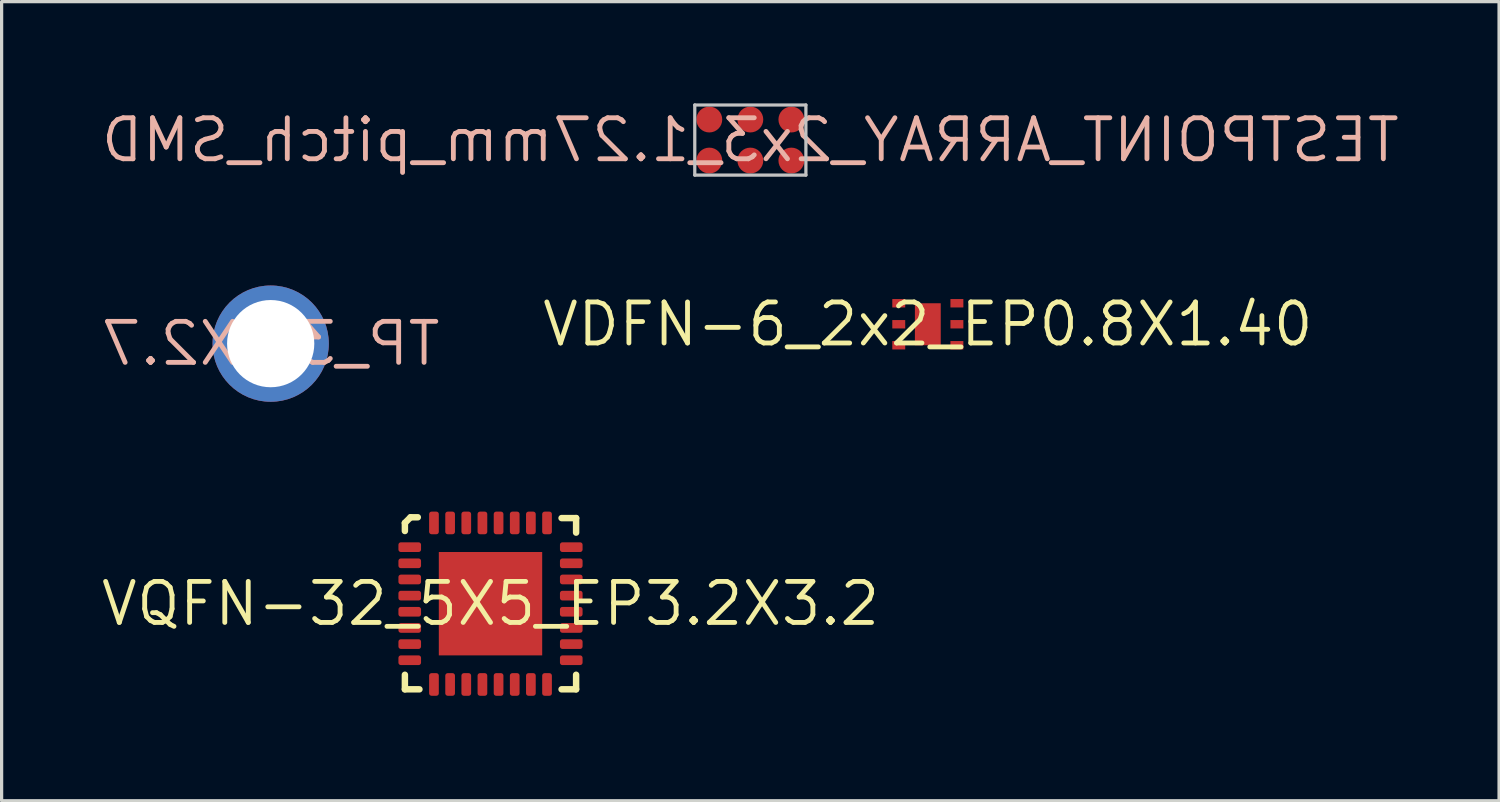
<source format=kicad_pcb>
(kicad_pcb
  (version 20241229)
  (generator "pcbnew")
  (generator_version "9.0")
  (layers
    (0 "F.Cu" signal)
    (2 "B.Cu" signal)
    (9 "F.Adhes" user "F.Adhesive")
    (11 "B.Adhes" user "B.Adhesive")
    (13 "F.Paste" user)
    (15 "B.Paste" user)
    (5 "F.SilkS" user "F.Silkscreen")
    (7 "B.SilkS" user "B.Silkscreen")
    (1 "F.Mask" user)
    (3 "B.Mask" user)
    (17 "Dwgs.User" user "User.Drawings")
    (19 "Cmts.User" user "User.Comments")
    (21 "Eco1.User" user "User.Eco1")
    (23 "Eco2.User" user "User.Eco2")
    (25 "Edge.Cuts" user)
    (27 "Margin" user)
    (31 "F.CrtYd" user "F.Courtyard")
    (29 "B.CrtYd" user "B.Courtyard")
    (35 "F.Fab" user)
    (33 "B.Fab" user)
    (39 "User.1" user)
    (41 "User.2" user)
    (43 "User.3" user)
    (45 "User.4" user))
  (footprint "TESTPOINT_ARRAY_2x3_1.27mm_pitch_SMD"
    (layer "F.Cu")
    (at 20.176 1.285)
    (property "Reference" "TESTPOINT_ARRAY_2x3_1.27mm_pitch_SMD" (at 0 0 0) (layer "B.SilkS") (effects (font (size 1.27 1.27) (thickness 0.15)) (justify mirror)))
    (fp_line (start -1.72 1.085) (end -1.72 -1.085) (stroke (width 0.1) (type solid)) (layer "Dwgs.User"))
    (fp_line (start 1.72 -1.085) (end -1.72 -1.085) (stroke (width 0.1) (type solid)) (layer "Dwgs.User"))
    (fp_line (start 1.72 1.085) (end -1.72 1.085) (stroke (width 0.1) (type solid)) (layer "Dwgs.User"))
    (fp_line (start 1.72 1.085) (end 1.72 -1.085) (stroke (width 0.1) (type solid)) (layer "Dwgs.User"))
    (fp_line (start -1.87 1.235) (end -1.87 -1.235) (stroke (width 0.1) (type solid)) (layer "Eco1.User"))
    (fp_line (start 0 0.5) (end 0 -0.5) (stroke (width 0.1) (type solid)) (layer "Eco1.User"))
    (fp_line (start 0.5 0) (end -0.5 0) (stroke (width 0.1) (type solid)) (layer "Eco1.User"))
    (fp_line (start 1.87 -1.235) (end -1.87 -1.235) (stroke (width 0.1) (type solid)) (layer "Eco1.User"))
    (fp_line (start 1.87 1.235) (end -1.87 1.235) (stroke (width 0.1) (type solid)) (layer "Eco1.User"))
    (fp_line (start 1.87 1.235) (end 1.87 -1.235) (stroke (width 0.1) (type solid)) (layer "Eco1.User"))
    (fp_text_box "" (start 0.864 -0.21) (end 0.864 -0.21) (margins 0.406 0.406 0.406 0.406) (angle 180) (layer "B.Cu") (effects (font (size 0.475 0.4) (thickness 0.075)) (justify left bottom)) (border yes) (stroke (width 0.1) (type default)))
    (fp_text_box "" (start -1.483 0.883) (end -1.483 0.883) (margins 0.95 0.95 0.95 0.95) (layer "B.Cu") (effects (font (size 1.2 1) (thickness 0.2)) (justify left bottom)) (border yes) (stroke (width 0.1) (type default)))
    (fp_text_box "" (start -1.937 1.302) (end -1.937 1.302) (margins 0.95 0.95 0.95 0.95) (layer "B.Cu") (effects (font (size 1.2 1) (thickness 0.2)) (justify left bottom)) (border yes) (stroke (width 0.1) (type default)))
    (pad "1" smd circle (at -1.27 0.635 180) (size 0.8 0.8) (layers "F.Cu" "F.Mask" "F.Paste"))
    (pad "2" smd circle (at -1.27 -0.635 180) (size 0.8 0.8) (layers "F.Cu" "F.Mask" "F.Paste"))
    (pad "3" smd circle (at 0 0.635 180) (size 0.8 0.8) (layers "F.Cu" "F.Mask" "F.Paste"))
    (pad "4" smd circle (at 0 -0.635 180) (size 0.8 0.8) (layers "F.Cu" "F.Mask" "F.Paste"))
    (pad "5" smd circle (at 1.27 0.635 180) (size 0.8 0.8) (layers "F.Cu" "F.Mask" "F.Paste"))
    (pad "6" smd circle (at 1.27 -0.635 180) (size 0.8 0.8) (layers "F.Cu" "F.Mask" "F.Paste")))
  (footprint "VQFN-32_5X5_EP3.2X3.2"
    (layer "F.Cu")
    (at 12.133 15.637)
    (property "Reference" "VQFN-32_5X5_EP3.2X3.2" (at 0 0 0) (layer "F.SilkS") (effects (font (size 1.27 1.27) (thickness 0.15))))
    (fp_line (start -2.65 -2.5) (end -2.65 -2.25) (stroke (width 0.2) (type solid)) (layer "F.SilkS"))
    (fp_line (start -2.65 2.2) (end -2.65 2.65) (stroke (width 0.2) (type solid)) (layer "F.SilkS"))
    (fp_line (start -2.475 -2.675) (end -2.65 -2.5) (stroke (width 0.2) (type solid)) (layer "F.SilkS"))
    (fp_line (start -2.25 -2.675) (end -2.475 -2.675) (stroke (width 0.2) (type solid)) (layer "F.SilkS"))
    (fp_line (start -2.2 2.65) (end -2.65 2.65) (stroke (width 0.2) (type solid)) (layer "F.SilkS"))
    (fp_line (start 2.65 -2.65) (end 2.2 -2.65) (stroke (width 0.2) (type solid)) (layer "F.SilkS"))
    (fp_line (start 2.65 -2.65) (end 2.65 -2.2) (stroke (width 0.2) (type solid)) (layer "F.SilkS"))
    (fp_line (start 2.65 2.2) (end 2.65 2.65) (stroke (width 0.2) (type solid)) (layer "F.SilkS"))
    (fp_line (start 2.65 2.65) (end 2.2 2.65) (stroke (width 0.2) (type solid)) (layer "F.SilkS"))
    (fp_poly (pts (xy -0.087 -0.087) (xy -0.087 -1.427) (xy -1.427 -1.427) (xy -1.427 -0.087)) (stroke (width 0) (type default)) (fill yes) (layer "F.Paste"))
    (fp_poly (pts (xy -0.087 1.427) (xy -0.087 0.087) (xy -1.427 0.087) (xy -1.427 1.427)) (stroke (width 0) (type default)) (fill yes) (layer "F.Paste"))
    (fp_poly (pts (xy 1.427 -0.087) (xy 1.427 -1.427) (xy 0.087 -1.427) (xy 0.087 -0.087)) (stroke (width 0) (type default)) (fill yes) (layer "F.Paste"))
    (fp_poly (pts (xy 1.427 1.427) (xy 1.427 0.087) (xy 0.087 0.087) (xy 0.087 1.427)) (stroke (width 0) (type default)) (fill yes) (layer "F.Paste"))
    (fp_line (start -3.05 -3.05) (end -3.05 3.05) (stroke (width 0.1) (type solid)) (layer "Eco1.User"))
    (fp_line (start 0.00017 -0.5) (end 0.00017 0.5) (stroke (width 0.1) (type solid)) (layer "Eco1.User"))
    (fp_line (start 0.5 0) (end -0.5 0) (stroke (width 0.1) (type solid)) (layer "Eco1.User"))
    (fp_line (start 3.05 -3.05) (end -3.05 -3.05) (stroke (width 0.1) (type solid)) (layer "Eco1.User"))
    (fp_line (start 3.05 -3.05) (end 3.05 3.05) (stroke (width 0.1) (type solid)) (layer "Eco1.User"))
    (fp_line (start 3.05 3.05) (end -3.05 3.05) (stroke (width 0.1) (type solid)) (layer "Eco1.User"))
    (fp_line (start -2.5 -2.5) (end -2.5 2.5) (stroke (width 0.1) (type solid)) (layer "Eco2.User"))
    (fp_line (start 2.5 -2.5) (end -2.5 -2.5) (stroke (width 0.1) (type solid)) (layer "Eco2.User"))
    (fp_line (start 2.5 -2.5) (end 2.5 2.5) (stroke (width 0.1) (type solid)) (layer "Eco2.User"))
    (fp_line (start 2.5 2.5) (end -2.5 2.5) (stroke (width 0.1) (type solid)) (layer "Eco2.User"))
    (fp_text_box "" (start 0.725 0.89) (end 0.725 0.89) (margins 0.406 0.406 0.406 0.406) (angle 180) (layer "F.Cu") (effects (font (size 0.475 0.4) (thickness 0.075)) (justify left bottom)) (border yes) (stroke (width 0.1) (type default)))
    (fp_text_box "" (start -2.35 -1.817) (end -2.35 -1.817) (margins 0.406 0.406 0.406 0.406) (angle 270) (layer "F.Cu") (effects (font (size 0.475 0.4) (thickness 0.075)) (justify left bottom)) (border yes) (stroke (width 0.1) (type default)))
    (fp_text_box "" (start -3.325 -1.646) (end -3.325 -1.646) (margins 0.95 0.95 0.95 0.95) (layer "F.Cu") (effects (font (size 1.2 1) (thickness 0.2)) (justify left bottom)) (border yes) (stroke (width 0.1) (type default)))
    (pad "1" smd roundrect (at -2.5 -1.75 90) (size 0.3 0.7) (layers "F.Cu" "F.Mask" "F.Paste") (roundrect_rratio 0.25))
    (pad "2" smd roundrect (at -2.5 -1.25 90) (size 0.3 0.7) (layers "F.Cu" "F.Mask" "F.Paste") (roundrect_rratio 0.25))
    (pad "3" smd roundrect (at -2.5 -0.75 90) (size 0.3 0.7) (layers "F.Cu" "F.Mask" "F.Paste") (roundrect_rratio 0.25))
    (pad "4" smd roundrect (at -2.5 -0.25 90) (size 0.3 0.7) (layers "F.Cu" "F.Mask" "F.Paste") (roundrect_rratio 0.25))
    (pad "5" smd roundrect (at -2.5 0.25 90) (size 0.3 0.7) (layers "F.Cu" "F.Mask" "F.Paste") (roundrect_rratio 0.25))
    (pad "6" smd roundrect (at -2.5 0.75 90) (size 0.3 0.7) (layers "F.Cu" "F.Mask" "F.Paste") (roundrect_rratio 0.25))
    (pad "7" smd roundrect (at -2.5 1.25 90) (size 0.3 0.7) (layers "F.Cu" "F.Mask" "F.Paste") (roundrect_rratio 0.25))
    (pad "8" smd roundrect (at -2.5 1.75 90) (size 0.3 0.7) (layers "F.Cu" "F.Mask" "F.Paste") (roundrect_rratio 0.25))
    (pad "9" smd roundrect (at -1.75 2.5) (size 0.3 0.7) (layers "F.Cu" "F.Mask" "F.Paste") (roundrect_rratio 0.25))
    (pad "10" smd roundrect (at -1.25 2.5) (size 0.3 0.7) (layers "F.Cu" "F.Mask" "F.Paste") (roundrect_rratio 0.25))
    (pad "11" smd roundrect (at -0.75 2.5) (size 0.3 0.7) (layers "F.Cu" "F.Mask" "F.Paste") (roundrect_rratio 0.25))
    (pad "12" smd roundrect (at -0.25 2.5) (size 0.3 0.7) (layers "F.Cu" "F.Mask" "F.Paste") (roundrect_rratio 0.25))
    (pad "13" smd roundrect (at 0.25 2.5 180) (size 0.3 0.7) (layers "F.Cu" "F.Mask" "F.Paste") (roundrect_rratio 0.25))
    (pad "14" smd roundrect (at 0.75 2.5 180) (size 0.3 0.7) (layers "F.Cu" "F.Mask" "F.Paste") (roundrect_rratio 0.25))
    (pad "15" smd roundrect (at 1.25 2.5 180) (size 0.3 0.7) (layers "F.Cu" "F.Mask" "F.Paste") (roundrect_rratio 0.25))
    (pad "16" smd roundrect (at 1.75 2.5 180) (size 0.3 0.7) (layers "F.Cu" "F.Mask" "F.Paste") (roundrect_rratio 0.25))
    (pad "17" smd roundrect (at 2.5 1.75 90) (size 0.3 0.7) (layers "F.Cu" "F.Mask" "F.Paste") (roundrect_rratio 0.25))
    (pad "18" smd roundrect (at 2.5 1.25 90) (size 0.3 0.7) (layers "F.Cu" "F.Mask" "F.Paste") (roundrect_rratio 0.25))
    (pad "19" smd roundrect (at 2.5 0.75 90) (size 0.3 0.7) (layers "F.Cu" "F.Mask" "F.Paste") (roundrect_rratio 0.25))
    (pad "20" smd roundrect (at 2.5 0.25 90) (size 0.3 0.7) (layers "F.Cu" "F.Mask" "F.Paste") (roundrect_rratio 0.25))
    (pad "21" smd roundrect (at 2.5 -0.25 90) (size 0.3 0.7) (layers "F.Cu" "F.Mask" "F.Paste") (roundrect_rratio 0.25))
    (pad "22" smd roundrect (at 2.5 -0.75 90) (size 0.3 0.7) (layers "F.Cu" "F.Mask" "F.Paste") (roundrect_rratio 0.25))
    (pad "23" smd roundrect (at 2.5 -1.25 90) (size 0.3 0.7) (layers "F.Cu" "F.Mask" "F.Paste") (roundrect_rratio 0.25))
    (pad "24" smd roundrect (at 2.5 -1.75 90) (size 0.3 0.7) (layers "F.Cu" "F.Mask" "F.Paste") (roundrect_rratio 0.25))
    (pad "25" smd roundrect (at 1.75 -2.5 180) (size 0.3 0.7) (layers "F.Cu" "F.Mask" "F.Paste") (roundrect_rratio 0.25))
    (pad "26" smd roundrect (at 1.25 -2.5 180) (size 0.3 0.7) (layers "F.Cu" "F.Mask" "F.Paste") (roundrect_rratio 0.25))
    (pad "27" smd roundrect (at 0.75 -2.5 180) (size 0.3 0.7) (layers "F.Cu" "F.Mask" "F.Paste") (roundrect_rratio 0.25))
    (pad "28" smd roundrect (at 0.25 -2.5 180) (size 0.3 0.7) (layers "F.Cu" "F.Mask" "F.Paste") (roundrect_rratio 0.25))
    (pad "29" smd roundrect (at -0.25 -2.5 180) (size 0.3 0.7) (layers "F.Cu" "F.Mask" "F.Paste") (roundrect_rratio 0.25))
    (pad "30" smd roundrect (at -0.75 -2.5 180) (size 0.3 0.7) (layers "F.Cu" "F.Mask" "F.Paste") (roundrect_rratio 0.25))
    (pad "31" smd roundrect (at -1.25 -2.5 180) (size 0.3 0.7) (layers "F.Cu" "F.Mask" "F.Paste") (roundrect_rratio 0.25))
    (pad "32" smd roundrect (at -1.75 -2.5 180) (size 0.3 0.7) (layers "F.Cu" "F.Mask" "F.Paste") (roundrect_rratio 0.25))
    (pad "33" smd rect (at 0.00017 0.00005) (size 3.2 3.2) (layers "F.Cu" "F.Mask" "F.Paste")))
  (footprint "TP_3.6X2.7"
    (layer "F.Cu")
    (at 5.329 7.587)
    (property "Reference" "TP_3.6X2.7" (at 0 0 0) (layer "B.SilkS") (effects (font (size 1.27 1.27) (thickness 0.15)) (justify mirror)))
    (fp_circle (center 0 0) (end 1.9 0) (stroke (width 0.1) (type solid)) (fill no) (layer "Eco1.User"))
    (pad "1" thru_hole circle (at 0 0 180) (size 3.6 3.6) (drill 2.7) (layers "*.Cu" "*.Mask")))
  (footprint "VDFN-6_2x2_EP0.8X1.40"
    (layer "F.Cu")
    (at 25.67 6.987)
    (property "Reference" "VDFN-6_2x2_EP0.8X1.40" (at 0 0 0) (layer "F.SilkS") (effects (font (size 1.27 1.27) (thickness 0.15))))
    (fp_poly (pts (xy -0.7 -0.52) (xy -0.7 -0.78) (xy -1.06 -0.78) (xy -1.06 -0.52)) (stroke (width 0) (type default)) (fill yes) (layer "F.Paste"))
    (fp_poly (pts (xy -0.7 0.13) (xy -0.7 -0.13) (xy -1.06 -0.13) (xy -1.06 0.13)) (stroke (width 0) (type default)) (fill yes) (layer "F.Paste"))
    (fp_poly (pts (xy -0.7 0.78) (xy -0.7 0.52) (xy -1.06 0.52) (xy -1.06 0.78)) (stroke (width 0) (type default)) (fill yes) (layer "F.Paste"))
    (fp_poly (pts (xy 0.3 -0.1) (xy 0.3 -0.5) (xy -0.3 -0.5) (xy -0.3 -0.1)) (stroke (width 0) (type default)) (fill yes) (layer "F.Paste"))
    (fp_poly (pts (xy 0.3 0.5) (xy 0.3 0.1) (xy -0.3 0.1) (xy -0.3 0.5)) (stroke (width 0) (type default)) (fill yes) (layer "F.Paste"))
    (fp_poly (pts (xy 1.06 -0.52) (xy 1.06 -0.78) (xy 0.7 -0.78) (xy 0.7 -0.52)) (stroke (width 0) (type default)) (fill yes) (layer "F.Paste"))
    (fp_poly (pts (xy 1.06 0.13) (xy 1.06 -0.13) (xy 0.7 -0.13) (xy 0.7 0.13)) (stroke (width 0) (type default)) (fill yes) (layer "F.Paste"))
    (fp_poly (pts (xy 1.06 0.78) (xy 1.06 0.52) (xy 0.7 0.52) (xy 0.7 0.78)) (stroke (width 0) (type default)) (fill yes) (layer "F.Paste"))
    (fp_line (start -1.3 1.3) (end -1.3 -1.3) (stroke (width 0.1) (type solid)) (layer "Eco1.User"))
    (fp_line (start 0.00001 0.5) (end 0.00001 -0.5) (stroke (width 0.1) (type solid)) (layer "Eco1.User"))
    (fp_line (start 0.5 0) (end -0.5 0) (stroke (width 0.1) (type solid)) (layer "Eco1.User"))
    (fp_line (start 1.3 -1.3) (end -1.3 -1.3) (stroke (width 0.1) (type solid)) (layer "Eco1.User"))
    (fp_line (start 1.3 1.3) (end -1.3 1.3) (stroke (width 0.1) (type solid)) (layer "Eco1.User"))
    (fp_line (start 1.3 1.3) (end 1.3 -1.3) (stroke (width 0.1) (type solid)) (layer "Eco1.User"))
    (fp_line (start -1 1) (end -1 -1) (stroke (width 0.1) (type solid)) (layer "Eco2.User"))
    (fp_line (start 1 -1) (end -1 -1) (stroke (width 0.1) (type solid)) (layer "Eco2.User"))
    (fp_line (start 1 1) (end -1 1) (stroke (width 0.1) (type solid)) (layer "Eco2.User"))
    (fp_line (start 1 1) (end 1 -1) (stroke (width 0.1) (type solid)) (layer "Eco2.User"))
    (fp_text_box "" (start 0.174 0.719) (end 0.174 0.719) (margins 0.406 0.406 0.406 0.406) (angle 90) (layer "F.Cu") (effects (font (size 0.475 0.4) (thickness 0.075)) (justify left bottom)) (border yes) (stroke (width 0.1) (type default)))
    (fp_text_box "" (start -0.8 -0.565) (end -0.8 -0.565) (margins 0.95 0.95 0.95 0.95) (layer "F.Cu") (effects (font (size 1.2 1) (thickness 0.2)) (justify left bottom)) (border yes) (stroke (width 0.1) (type default)))
    (fp_text_box "" (start -0.972 -1.263) (end -0.972 -1.263) (margins 0.95 0.95 0.95 0.95) (layer "F.Cu") (effects (font (size 1.2 1) (thickness 0.2)) (justify left bottom)) (border yes) (stroke (width 0.1) (type default)))
    (pad "1" smd rect (at -0.9 -0.65) (size 0.4 0.26) (layers "F.Cu" "F.Mask" "F.Paste"))
    (pad "2" smd rect (at -0.9 0) (size 0.4 0.26) (layers "F.Cu" "F.Mask" "F.Paste"))
    (pad "3" smd rect (at -0.9 0.65) (size 0.4 0.26) (layers "F.Cu" "F.Mask" "F.Paste"))
    (pad "4" smd rect (at 0.9 0.65) (size 0.4 0.26) (layers "F.Cu" "F.Mask" "F.Paste"))
    (pad "5" smd rect (at 0.9 0) (size 0.4 0.26) (layers "F.Cu" "F.Mask" "F.Paste"))
    (pad "6" smd rect (at 0.9 -0.65) (size 0.4 0.26) (layers "F.Cu" "F.Mask" "F.Paste"))
    (pad "7" smd rect (at 0.00001 0) (size 0.8 1.3) (layers "F.Cu" "F.Mask" "F.Paste")))
  (gr_rect
    (start -3 -3)
    (end 43.352 21.737)
    (stroke (width 0.1) (type default))
    (fill no)
    (layer "Edge.Cuts")))
</source>
